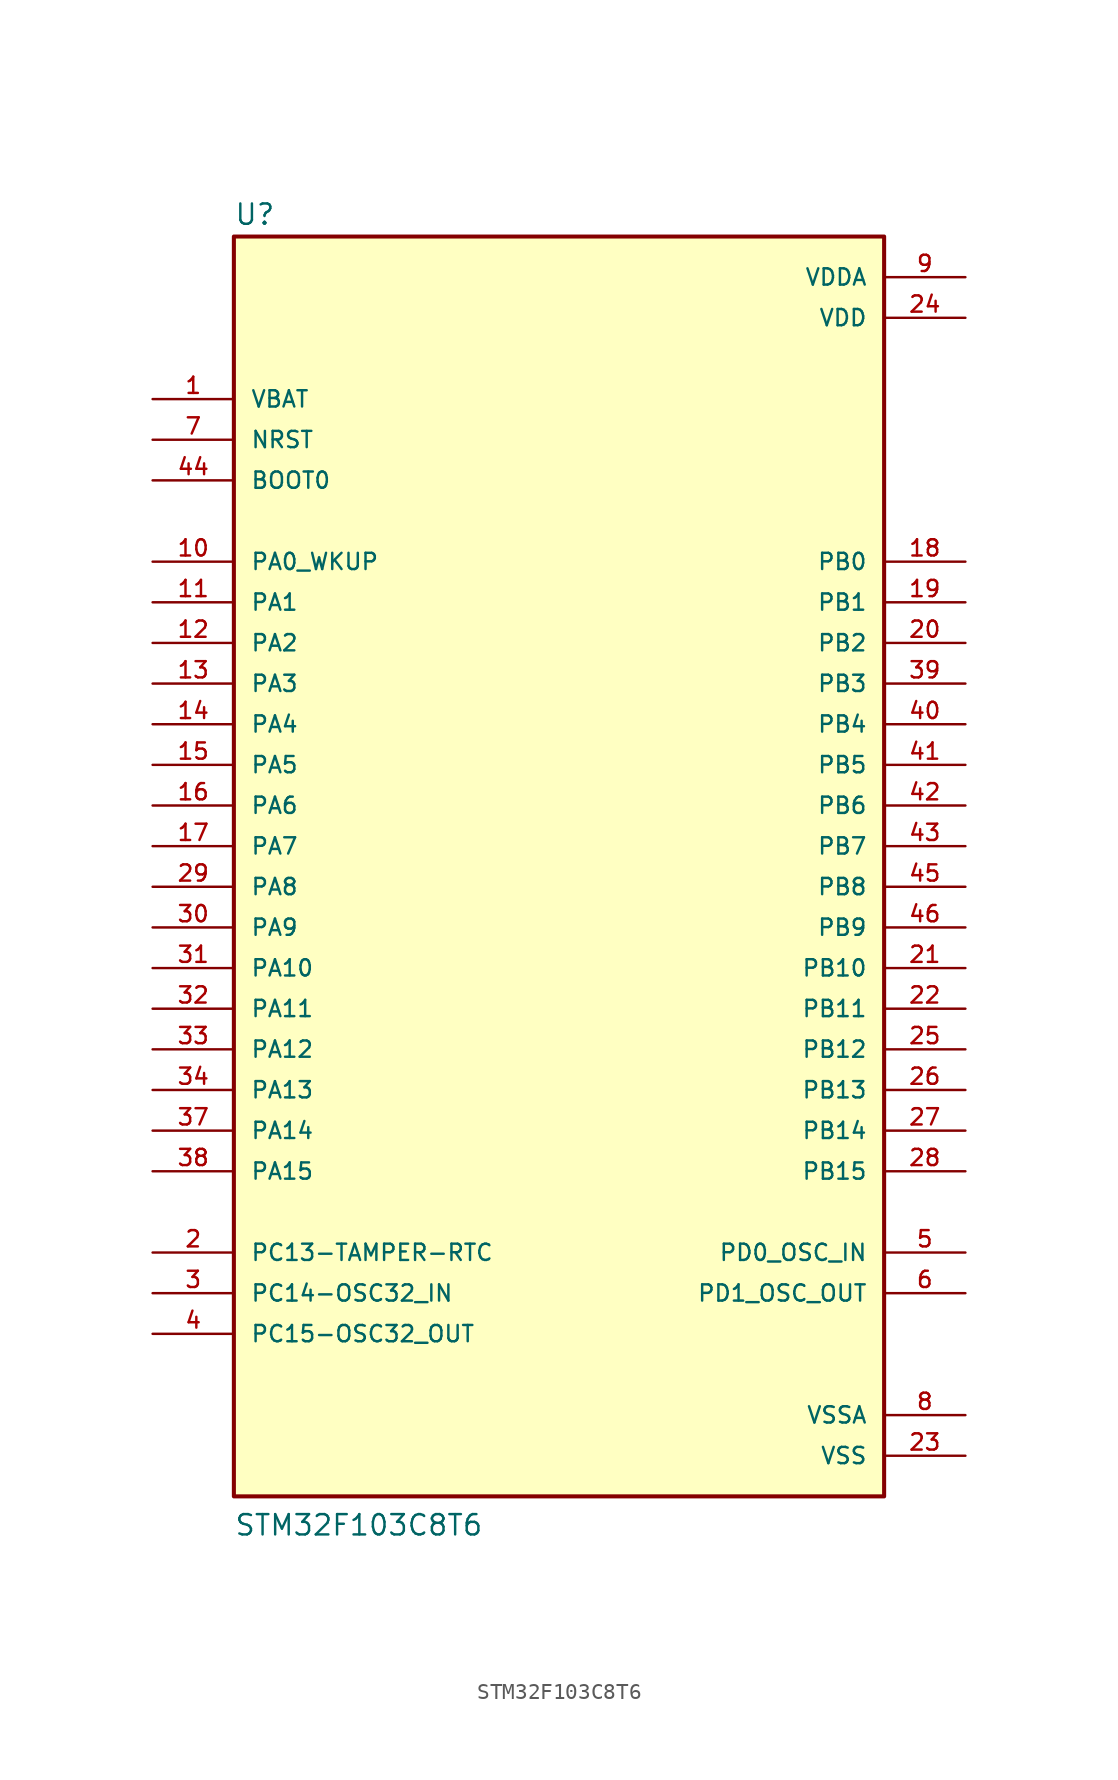
<source format=kicad_sym>
(kicad_symbol_lib
  (version 20211014)
  (generator kicad_symbol_editor)
  (symbol "STM32F103C8T6"
    (pin_names
      (offset 1.016))
    (property "Reference" "U"
      (at -20.32 41.275 0)
      (effects (font (size 1.27 1.27)) (justify bottom left)))
    (property "Value" "STM32F103C8T6"
      (at -20.32 -40.64 0)
      (effects (font (size 1.27 1.27)) (justify bottom left)))
    (symbol "STM32F103C8T6_0_0"
      (rectangle (start -20.32 -38.1) (end 20.32 40.64) (stroke (width 0.254)) (fill (type background)))
      (pin bidirectional line (at -25.4 30.48 0) (length 5.08) (name "VBAT" (effects (font (size 1.016 1.016)))) (number "1" (effects (font (size 1.016 1.016)))))
      (pin bidirectional line (at -25.4 -22.86 0) (length 5.08) (name "PC13-TAMPER-RTC" (effects (font (size 1.016 1.016)))) (number "2" (effects (font (size 1.016 1.016)))))
      (pin bidirectional line (at -25.4 -25.4 0) (length 5.08) (name "PC14-OSC32_IN" (effects (font (size 1.016 1.016)))) (number "3" (effects (font (size 1.016 1.016)))))
      (pin bidirectional line (at -25.4 -27.94 0) (length 5.08) (name "PC15-OSC32_OUT" (effects (font (size 1.016 1.016)))) (number "4" (effects (font (size 1.016 1.016)))))
      (pin bidirectional line (at 25.4 -22.86 180.0) (length 5.08) (name "PD0_OSC_IN" (effects (font (size 1.016 1.016)))) (number "5" (effects (font (size 1.016 1.016)))))
      (pin bidirectional line (at 25.4 -25.4 180.0) (length 5.08) (name "PD1_OSC_OUT" (effects (font (size 1.016 1.016)))) (number "6" (effects (font (size 1.016 1.016)))))
      (pin input line (at -25.4 27.94 0) (length 5.08) (name "NRST" (effects (font (size 1.016 1.016)))) (number "7" (effects (font (size 1.016 1.016)))))
      (pin power_in line (at 25.4 -33.02 180.0) (length 5.08) (name "VSSA" (effects (font (size 1.016 1.016)))) (number "8" (effects (font (size 1.016 1.016)))))
      (pin power_in line (at 25.4 38.1 180.0) (length 5.08) (name "VDDA" (effects (font (size 1.016 1.016)))) (number "9" (effects (font (size 1.016 1.016)))))
      (pin bidirectional line (at -25.4 20.32 0) (length 5.08) (name "PA0_WKUP" (effects (font (size 1.016 1.016)))) (number "10" (effects (font (size 1.016 1.016)))))
      (pin bidirectional line (at -25.4 17.78 0) (length 5.08) (name "PA1" (effects (font (size 1.016 1.016)))) (number "11" (effects (font (size 1.016 1.016)))))
      (pin bidirectional line (at -25.4 15.24 0) (length 5.08) (name "PA2" (effects (font (size 1.016 1.016)))) (number "12" (effects (font (size 1.016 1.016)))))
      (pin bidirectional line (at -25.4 12.7 0) (length 5.08) (name "PA3" (effects (font (size 1.016 1.016)))) (number "13" (effects (font (size 1.016 1.016)))))
      (pin bidirectional line (at -25.4 10.16 0) (length 5.08) (name "PA4" (effects (font (size 1.016 1.016)))) (number "14" (effects (font (size 1.016 1.016)))))
      (pin bidirectional line (at -25.4 7.62 0) (length 5.08) (name "PA5" (effects (font (size 1.016 1.016)))) (number "15" (effects (font (size 1.016 1.016)))))
      (pin bidirectional line (at -25.4 5.08 0) (length 5.08) (name "PA6" (effects (font (size 1.016 1.016)))) (number "16" (effects (font (size 1.016 1.016)))))
      (pin bidirectional line (at -25.4 2.54 0) (length 5.08) (name "PA7" (effects (font (size 1.016 1.016)))) (number "17" (effects (font (size 1.016 1.016)))))
      (pin bidirectional line (at 25.4 20.32 180.0) (length 5.08) (name "PB0" (effects (font (size 1.016 1.016)))) (number "18" (effects (font (size 1.016 1.016)))))
      (pin bidirectional line (at 25.4 17.78 180.0) (length 5.08) (name "PB1" (effects (font (size 1.016 1.016)))) (number "19" (effects (font (size 1.016 1.016)))))
      (pin bidirectional line (at 25.4 15.24 180.0) (length 5.08) (name "PB2" (effects (font (size 1.016 1.016)))) (number "20" (effects (font (size 1.016 1.016)))))
      (pin bidirectional line (at 25.4 -5.08 180.0) (length 5.08) (name "PB10" (effects (font (size 1.016 1.016)))) (number "21" (effects (font (size 1.016 1.016)))))
      (pin bidirectional line (at 25.4 -7.62 180.0) (length 5.08) (name "PB11" (effects (font (size 1.016 1.016)))) (number "22" (effects (font (size 1.016 1.016)))))
      (pin power_in line (at 25.4 -35.56 180.0) (length 5.08) (name "VSS" (effects (font (size 1.016 1.016)))) (number "23" (effects (font (size 1.016 1.016)))))
      (pin power_in line (at 25.4 -35.56 180.0) (length 5.08) hide (name "VSS" (effects (font (size 1.016 1.016)))) (number "35" (effects (font (size 1.016 1.016)))))
      (pin power_in line (at 25.4 -35.56 180.0) (length 5.08) hide (name "VSS" (effects (font (size 1.016 1.016)))) (number "47" (effects (font (size 1.016 1.016)))))
      (pin power_in line (at 25.4 35.56 180.0) (length 5.08) (name "VDD" (effects (font (size 1.016 1.016)))) (number "24" (effects (font (size 1.016 1.016)))))
      (pin power_in line (at 25.4 35.56 180.0) (length 5.08) hide (name "VDD" (effects (font (size 1.016 1.016)))) (number "36" (effects (font (size 1.016 1.016)))))
      (pin power_in line (at 25.4 35.56 180.0) (length 5.08) hide (name "VDD" (effects (font (size 1.016 1.016)))) (number "48" (effects (font (size 1.016 1.016)))))
      (pin bidirectional line (at 25.4 -10.16 180.0) (length 5.08) (name "PB12" (effects (font (size 1.016 1.016)))) (number "25" (effects (font (size 1.016 1.016)))))
      (pin bidirectional line (at 25.4 -12.7 180.0) (length 5.08) (name "PB13" (effects (font (size 1.016 1.016)))) (number "26" (effects (font (size 1.016 1.016)))))
      (pin bidirectional line (at 25.4 -15.24 180.0) (length 5.08) (name "PB14" (effects (font (size 1.016 1.016)))) (number "27" (effects (font (size 1.016 1.016)))))
      (pin bidirectional line (at 25.4 -17.78 180.0) (length 5.08) (name "PB15" (effects (font (size 1.016 1.016)))) (number "28" (effects (font (size 1.016 1.016)))))
      (pin bidirectional line (at -25.4 0.0 0) (length 5.08) (name "PA8" (effects (font (size 1.016 1.016)))) (number "29" (effects (font (size 1.016 1.016)))))
      (pin bidirectional line (at -25.4 -2.54 0) (length 5.08) (name "PA9" (effects (font (size 1.016 1.016)))) (number "30" (effects (font (size 1.016 1.016)))))
      (pin bidirectional line (at -25.4 -5.08 0) (length 5.08) (name "PA10" (effects (font (size 1.016 1.016)))) (number "31" (effects (font (size 1.016 1.016)))))
      (pin bidirectional line (at -25.4 -7.62 0) (length 5.08) (name "PA11" (effects (font (size 1.016 1.016)))) (number "32" (effects (font (size 1.016 1.016)))))
      (pin bidirectional line (at -25.4 -10.16 0) (length 5.08) (name "PA12" (effects (font (size 1.016 1.016)))) (number "33" (effects (font (size 1.016 1.016)))))
      (pin bidirectional line (at -25.4 -12.7 0) (length 5.08) (name "PA13" (effects (font (size 1.016 1.016)))) (number "34" (effects (font (size 1.016 1.016)))))
      (pin bidirectional line (at -25.4 -15.24 0) (length 5.08) (name "PA14" (effects (font (size 1.016 1.016)))) (number "37" (effects (font (size 1.016 1.016)))))
      (pin bidirectional line (at -25.4 -17.78 0) (length 5.08) (name "PA15" (effects (font (size 1.016 1.016)))) (number "38" (effects (font (size 1.016 1.016)))))
      (pin bidirectional line (at 25.4 12.7 180.0) (length 5.08) (name "PB3" (effects (font (size 1.016 1.016)))) (number "39" (effects (font (size 1.016 1.016)))))
      (pin bidirectional line (at 25.4 10.16 180.0) (length 5.08) (name "PB4" (effects (font (size 1.016 1.016)))) (number "40" (effects (font (size 1.016 1.016)))))
      (pin bidirectional line (at 25.4 7.62 180.0) (length 5.08) (name "PB5" (effects (font (size 1.016 1.016)))) (number "41" (effects (font (size 1.016 1.016)))))
      (pin bidirectional line (at 25.4 5.08 180.0) (length 5.08) (name "PB6" (effects (font (size 1.016 1.016)))) (number "42" (effects (font (size 1.016 1.016)))))
      (pin bidirectional line (at 25.4 2.54 180.0) (length 5.08) (name "PB7" (effects (font (size 1.016 1.016)))) (number "43" (effects (font (size 1.016 1.016)))))
      (pin input line (at -25.4 25.4 0) (length 5.08) (name "BOOT0" (effects (font (size 1.016 1.016)))) (number "44" (effects (font (size 1.016 1.016)))))
      (pin bidirectional line (at 25.4 0.0 180.0) (length 5.08) (name "PB8" (effects (font (size 1.016 1.016)))) (number "45" (effects (font (size 1.016 1.016)))))
      (pin bidirectional line (at 25.4 -2.54 180.0) (length 5.08) (name "PB9" (effects (font (size 1.016 1.016)))) (number "46" (effects (font (size 1.016 1.016))))))))
</source>
